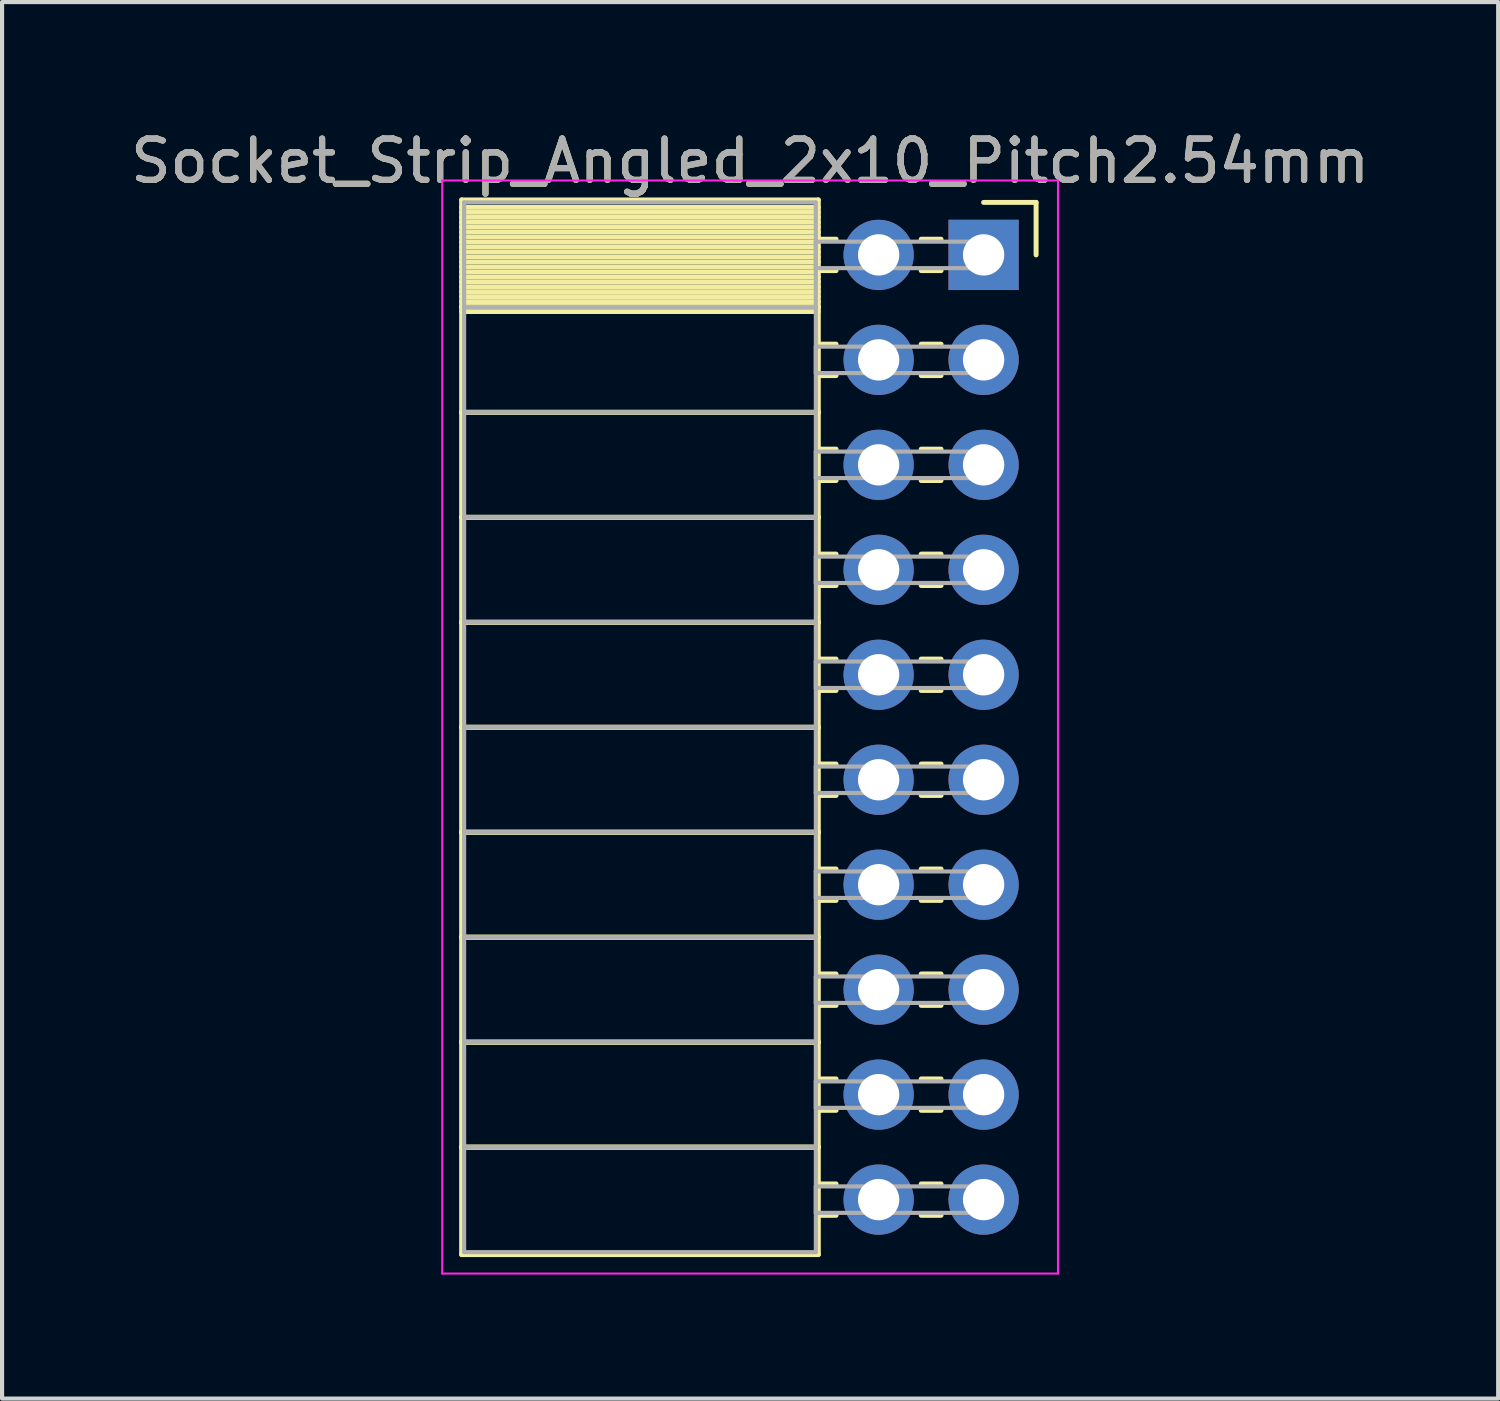
<source format=kicad_pcb>
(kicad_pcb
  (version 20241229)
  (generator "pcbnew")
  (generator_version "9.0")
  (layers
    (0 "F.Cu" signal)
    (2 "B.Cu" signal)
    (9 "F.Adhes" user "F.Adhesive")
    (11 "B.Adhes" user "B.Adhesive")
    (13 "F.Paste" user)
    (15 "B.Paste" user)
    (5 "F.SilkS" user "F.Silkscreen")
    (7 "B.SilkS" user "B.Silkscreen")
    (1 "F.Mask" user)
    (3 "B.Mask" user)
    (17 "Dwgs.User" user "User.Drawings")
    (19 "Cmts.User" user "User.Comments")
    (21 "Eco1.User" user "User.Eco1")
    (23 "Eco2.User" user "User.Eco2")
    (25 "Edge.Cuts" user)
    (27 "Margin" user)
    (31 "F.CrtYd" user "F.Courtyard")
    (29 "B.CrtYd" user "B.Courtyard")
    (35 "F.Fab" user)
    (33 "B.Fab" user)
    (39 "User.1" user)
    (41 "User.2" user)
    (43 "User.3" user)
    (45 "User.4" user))
  (footprint "Socket_Strip_Angled_2x10_Pitch2.54mm"
    (layer "F.Cu")
    (at 20.751 3.118)
    (property "Reference" "Socket_Strip_Angled_2x10_Pitch2.54mm" (at -5.65 -2.27 0) (layer "F.SilkS") (effects (font (size 1 1) (thickness 0.15))))
    (attr through_hole)
    (fp_line (start -12.63 -1.33) (end -4 -1.33) (stroke (width 0.12) (type solid)) (layer "F.SilkS"))
    (fp_line (start -12.63 1.27) (end -12.63 -1.33) (stroke (width 0.12) (type solid)) (layer "F.SilkS"))
    (fp_line (start -12.63 1.27) (end -4 1.27) (stroke (width 0.12) (type solid)) (layer "F.SilkS"))
    (fp_line (start -12.63 3.81) (end -12.63 1.27) (stroke (width 0.12) (type solid)) (layer "F.SilkS"))
    (fp_line (start -12.63 3.81) (end -4 3.81) (stroke (width 0.12) (type solid)) (layer "F.SilkS"))
    (fp_line (start -12.63 6.35) (end -12.63 3.81) (stroke (width 0.12) (type solid)) (layer "F.SilkS"))
    (fp_line (start -12.63 6.35) (end -4 6.35) (stroke (width 0.12) (type solid)) (layer "F.SilkS"))
    (fp_line (start -12.63 8.89) (end -12.63 6.35) (stroke (width 0.12) (type solid)) (layer "F.SilkS"))
    (fp_line (start -12.63 8.89) (end -4 8.89) (stroke (width 0.12) (type solid)) (layer "F.SilkS"))
    (fp_line (start -12.63 11.43) (end -12.63 8.89) (stroke (width 0.12) (type solid)) (layer "F.SilkS"))
    (fp_line (start -12.63 11.43) (end -4 11.43) (stroke (width 0.12) (type solid)) (layer "F.SilkS"))
    (fp_line (start -12.63 13.97) (end -12.63 11.43) (stroke (width 0.12) (type solid)) (layer "F.SilkS"))
    (fp_line (start -12.63 13.97) (end -4 13.97) (stroke (width 0.12) (type solid)) (layer "F.SilkS"))
    (fp_line (start -12.63 16.51) (end -12.63 13.97) (stroke (width 0.12) (type solid)) (layer "F.SilkS"))
    (fp_line (start -12.63 16.51) (end -4 16.51) (stroke (width 0.12) (type solid)) (layer "F.SilkS"))
    (fp_line (start -12.63 19.05) (end -12.63 16.51) (stroke (width 0.12) (type solid)) (layer "F.SilkS"))
    (fp_line (start -12.63 19.05) (end -4 19.05) (stroke (width 0.12) (type solid)) (layer "F.SilkS"))
    (fp_line (start -12.63 21.59) (end -12.63 19.05) (stroke (width 0.12) (type solid)) (layer "F.SilkS"))
    (fp_line (start -12.63 21.59) (end -4 21.59) (stroke (width 0.12) (type solid)) (layer "F.SilkS"))
    (fp_line (start -12.63 24.19) (end -12.63 21.59) (stroke (width 0.12) (type solid)) (layer "F.SilkS"))
    (fp_line (start -4 -1.33) (end -4 1.27) (stroke (width 0.12) (type solid)) (layer "F.SilkS"))
    (fp_line (start -4 -1.15) (end -12.63 -1.15) (stroke (width 0.12) (type solid)) (layer "F.SilkS"))
    (fp_line (start -4 -1.03) (end -12.63 -1.03) (stroke (width 0.12) (type solid)) (layer "F.SilkS"))
    (fp_line (start -4 -0.91) (end -12.63 -0.91) (stroke (width 0.12) (type solid)) (layer "F.SilkS"))
    (fp_line (start -4 -0.79) (end -12.63 -0.79) (stroke (width 0.12) (type solid)) (layer "F.SilkS"))
    (fp_line (start -4 -0.67) (end -12.63 -0.67) (stroke (width 0.12) (type solid)) (layer "F.SilkS"))
    (fp_line (start -4 -0.55) (end -12.63 -0.55) (stroke (width 0.12) (type solid)) (layer "F.SilkS"))
    (fp_line (start -4 -0.43) (end -12.63 -0.43) (stroke (width 0.12) (type solid)) (layer "F.SilkS"))
    (fp_line (start -4 -0.31) (end -12.63 -0.31) (stroke (width 0.12) (type solid)) (layer "F.SilkS"))
    (fp_line (start -4 -0.19) (end -12.63 -0.19) (stroke (width 0.12) (type solid)) (layer "F.SilkS"))
    (fp_line (start -4 -0.07) (end -12.63 -0.07) (stroke (width 0.12) (type solid)) (layer "F.SilkS"))
    (fp_line (start -4 0.05) (end -12.63 0.05) (stroke (width 0.12) (type solid)) (layer "F.SilkS"))
    (fp_line (start -4 0.17) (end -12.63 0.17) (stroke (width 0.12) (type solid)) (layer "F.SilkS"))
    (fp_line (start -4 0.29) (end -12.63 0.29) (stroke (width 0.12) (type solid)) (layer "F.SilkS"))
    (fp_line (start -4 0.41) (end -12.63 0.41) (stroke (width 0.12) (type solid)) (layer "F.SilkS"))
    (fp_line (start -4 0.53) (end -12.63 0.53) (stroke (width 0.12) (type solid)) (layer "F.SilkS"))
    (fp_line (start -4 0.65) (end -12.63 0.65) (stroke (width 0.12) (type solid)) (layer "F.SilkS"))
    (fp_line (start -4 0.77) (end -12.63 0.77) (stroke (width 0.12) (type solid)) (layer "F.SilkS"))
    (fp_line (start -4 0.89) (end -12.63 0.89) (stroke (width 0.12) (type solid)) (layer "F.SilkS"))
    (fp_line (start -4 1.01) (end -12.63 1.01) (stroke (width 0.12) (type solid)) (layer "F.SilkS"))
    (fp_line (start -4 1.13) (end -12.63 1.13) (stroke (width 0.12) (type solid)) (layer "F.SilkS"))
    (fp_line (start -4 1.25) (end -12.63 1.25) (stroke (width 0.12) (type solid)) (layer "F.SilkS"))
    (fp_line (start -4 1.27) (end -12.63 1.27) (stroke (width 0.12) (type solid)) (layer "F.SilkS"))
    (fp_line (start -4 1.27) (end -4 3.81) (stroke (width 0.12) (type solid)) (layer "F.SilkS"))
    (fp_line (start -4 1.37) (end -12.63 1.37) (stroke (width 0.12) (type solid)) (layer "F.SilkS"))
    (fp_line (start -4 3.81) (end -12.63 3.81) (stroke (width 0.12) (type solid)) (layer "F.SilkS"))
    (fp_line (start -4 3.81) (end -4 6.35) (stroke (width 0.12) (type solid)) (layer "F.SilkS"))
    (fp_line (start -4 6.35) (end -12.63 6.35) (stroke (width 0.12) (type solid)) (layer "F.SilkS"))
    (fp_line (start -4 6.35) (end -4 8.89) (stroke (width 0.12) (type solid)) (layer "F.SilkS"))
    (fp_line (start -4 8.89) (end -12.63 8.89) (stroke (width 0.12) (type solid)) (layer "F.SilkS"))
    (fp_line (start -4 8.89) (end -4 11.43) (stroke (width 0.12) (type solid)) (layer "F.SilkS"))
    (fp_line (start -4 11.43) (end -12.63 11.43) (stroke (width 0.12) (type solid)) (layer "F.SilkS"))
    (fp_line (start -4 11.43) (end -4 13.97) (stroke (width 0.12) (type solid)) (layer "F.SilkS"))
    (fp_line (start -4 13.97) (end -12.63 13.97) (stroke (width 0.12) (type solid)) (layer "F.SilkS"))
    (fp_line (start -4 13.97) (end -4 16.51) (stroke (width 0.12) (type solid)) (layer "F.SilkS"))
    (fp_line (start -4 16.51) (end -12.63 16.51) (stroke (width 0.12) (type solid)) (layer "F.SilkS"))
    (fp_line (start -4 16.51) (end -4 19.05) (stroke (width 0.12) (type solid)) (layer "F.SilkS"))
    (fp_line (start -4 19.05) (end -12.63 19.05) (stroke (width 0.12) (type solid)) (layer "F.SilkS"))
    (fp_line (start -4 19.05) (end -4 21.59) (stroke (width 0.12) (type solid)) (layer "F.SilkS"))
    (fp_line (start -4 21.59) (end -12.63 21.59) (stroke (width 0.12) (type solid)) (layer "F.SilkS"))
    (fp_line (start -4 21.59) (end -4 24.19) (stroke (width 0.12) (type solid)) (layer "F.SilkS"))
    (fp_line (start -4 24.19) (end -12.63 24.19) (stroke (width 0.12) (type solid)) (layer "F.SilkS"))
    (fp_line (start -3.57 -0.38) (end -4 -0.38) (stroke (width 0.12) (type solid)) (layer "F.SilkS"))
    (fp_line (start -3.57 0.38) (end -4 0.38) (stroke (width 0.12) (type solid)) (layer "F.SilkS"))
    (fp_line (start -3.57 2.16) (end -4 2.16) (stroke (width 0.12) (type solid)) (layer "F.SilkS"))
    (fp_line (start -3.57 2.92) (end -4 2.92) (stroke (width 0.12) (type solid)) (layer "F.SilkS"))
    (fp_line (start -3.57 4.7) (end -4 4.7) (stroke (width 0.12) (type solid)) (layer "F.SilkS"))
    (fp_line (start -3.57 5.46) (end -4 5.46) (stroke (width 0.12) (type solid)) (layer "F.SilkS"))
    (fp_line (start -3.57 7.24) (end -4 7.24) (stroke (width 0.12) (type solid)) (layer "F.SilkS"))
    (fp_line (start -3.57 8) (end -4 8) (stroke (width 0.12) (type solid)) (layer "F.SilkS"))
    (fp_line (start -3.57 9.78) (end -4 9.78) (stroke (width 0.12) (type solid)) (layer "F.SilkS"))
    (fp_line (start -3.57 10.54) (end -4 10.54) (stroke (width 0.12) (type solid)) (layer "F.SilkS"))
    (fp_line (start -3.57 12.32) (end -4 12.32) (stroke (width 0.12) (type solid)) (layer "F.SilkS"))
    (fp_line (start -3.57 13.08) (end -4 13.08) (stroke (width 0.12) (type solid)) (layer "F.SilkS"))
    (fp_line (start -3.57 14.86) (end -4 14.86) (stroke (width 0.12) (type solid)) (layer "F.SilkS"))
    (fp_line (start -3.57 15.62) (end -4 15.62) (stroke (width 0.12) (type solid)) (layer "F.SilkS"))
    (fp_line (start -3.57 17.4) (end -4 17.4) (stroke (width 0.12) (type solid)) (layer "F.SilkS"))
    (fp_line (start -3.57 18.16) (end -4 18.16) (stroke (width 0.12) (type solid)) (layer "F.SilkS"))
    (fp_line (start -3.57 19.94) (end -4 19.94) (stroke (width 0.12) (type solid)) (layer "F.SilkS"))
    (fp_line (start -3.57 20.7) (end -4 20.7) (stroke (width 0.12) (type solid)) (layer "F.SilkS"))
    (fp_line (start -3.57 22.48) (end -4 22.48) (stroke (width 0.12) (type solid)) (layer "F.SilkS"))
    (fp_line (start -3.57 23.24) (end -4 23.24) (stroke (width 0.12) (type solid)) (layer "F.SilkS"))
    (fp_line (start -1.03 -0.38) (end -1.51 -0.38) (stroke (width 0.12) (type solid)) (layer "F.SilkS"))
    (fp_line (start -1.03 0.38) (end -1.51 0.38) (stroke (width 0.12) (type solid)) (layer "F.SilkS"))
    (fp_line (start -1.03 2.16) (end -1.51 2.16) (stroke (width 0.12) (type solid)) (layer "F.SilkS"))
    (fp_line (start -1.03 2.92) (end -1.51 2.92) (stroke (width 0.12) (type solid)) (layer "F.SilkS"))
    (fp_line (start -1.03 4.7) (end -1.51 4.7) (stroke (width 0.12) (type solid)) (layer "F.SilkS"))
    (fp_line (start -1.03 5.46) (end -1.51 5.46) (stroke (width 0.12) (type solid)) (layer "F.SilkS"))
    (fp_line (start -1.03 7.24) (end -1.51 7.24) (stroke (width 0.12) (type solid)) (layer "F.SilkS"))
    (fp_line (start -1.03 8) (end -1.51 8) (stroke (width 0.12) (type solid)) (layer "F.SilkS"))
    (fp_line (start -1.03 9.78) (end -1.51 9.78) (stroke (width 0.12) (type solid)) (layer "F.SilkS"))
    (fp_line (start -1.03 10.54) (end -1.51 10.54) (stroke (width 0.12) (type solid)) (layer "F.SilkS"))
    (fp_line (start -1.03 12.32) (end -1.51 12.32) (stroke (width 0.12) (type solid)) (layer "F.SilkS"))
    (fp_line (start -1.03 13.08) (end -1.51 13.08) (stroke (width 0.12) (type solid)) (layer "F.SilkS"))
    (fp_line (start -1.03 14.86) (end -1.51 14.86) (stroke (width 0.12) (type solid)) (layer "F.SilkS"))
    (fp_line (start -1.03 15.62) (end -1.51 15.62) (stroke (width 0.12) (type solid)) (layer "F.SilkS"))
    (fp_line (start -1.03 17.4) (end -1.51 17.4) (stroke (width 0.12) (type solid)) (layer "F.SilkS"))
    (fp_line (start -1.03 18.16) (end -1.51 18.16) (stroke (width 0.12) (type solid)) (layer "F.SilkS"))
    (fp_line (start -1.03 19.94) (end -1.51 19.94) (stroke (width 0.12) (type solid)) (layer "F.SilkS"))
    (fp_line (start -1.03 20.7) (end -1.51 20.7) (stroke (width 0.12) (type solid)) (layer "F.SilkS"))
    (fp_line (start -1.03 22.48) (end -1.51 22.48) (stroke (width 0.12) (type solid)) (layer "F.SilkS"))
    (fp_line (start -1.03 23.24) (end -1.51 23.24) (stroke (width 0.12) (type solid)) (layer "F.SilkS"))
    (fp_line (start 0 -1.27) (end 1.27 -1.27) (stroke (width 0.12) (type solid)) (layer "F.SilkS"))
    (fp_line (start 1.27 -1.27) (end 1.27 0) (stroke (width 0.12) (type solid)) (layer "F.SilkS"))
    (fp_line (start -13.1 -1.8) (end 1.8 -1.8) (stroke (width 0.05) (type solid)) (layer "F.CrtYd"))
    (fp_line (start -13.1 24.65) (end -13.1 -1.8) (stroke (width 0.05) (type solid)) (layer "F.CrtYd"))
    (fp_line (start 1.8 -1.8) (end 1.8 24.65) (stroke (width 0.05) (type solid)) (layer "F.CrtYd"))
    (fp_line (start 1.8 24.65) (end -13.1 24.65) (stroke (width 0.05) (type solid)) (layer "F.CrtYd"))
    (fp_line (start -12.57 -1.27) (end -4.06 -1.27) (stroke (width 0.1) (type solid)) (layer "F.Fab"))
    (fp_line (start -12.57 1.27) (end -12.57 -1.27) (stroke (width 0.1) (type solid)) (layer "F.Fab"))
    (fp_line (start -12.57 1.27) (end -4.06 1.27) (stroke (width 0.1) (type solid)) (layer "F.Fab"))
    (fp_line (start -12.57 3.81) (end -12.57 1.27) (stroke (width 0.1) (type solid)) (layer "F.Fab"))
    (fp_line (start -12.57 3.81) (end -4.06 3.81) (stroke (width 0.1) (type solid)) (layer "F.Fab"))
    (fp_line (start -12.57 6.35) (end -12.57 3.81) (stroke (width 0.1) (type solid)) (layer "F.Fab"))
    (fp_line (start -12.57 6.35) (end -4.06 6.35) (stroke (width 0.1) (type solid)) (layer "F.Fab"))
    (fp_line (start -12.57 8.89) (end -12.57 6.35) (stroke (width 0.1) (type solid)) (layer "F.Fab"))
    (fp_line (start -12.57 8.89) (end -4.06 8.89) (stroke (width 0.1) (type solid)) (layer "F.Fab"))
    (fp_line (start -12.57 11.43) (end -12.57 8.89) (stroke (width 0.1) (type solid)) (layer "F.Fab"))
    (fp_line (start -12.57 11.43) (end -4.06 11.43) (stroke (width 0.1) (type solid)) (layer "F.Fab"))
    (fp_line (start -12.57 13.97) (end -12.57 11.43) (stroke (width 0.1) (type solid)) (layer "F.Fab"))
    (fp_line (start -12.57 13.97) (end -4.06 13.97) (stroke (width 0.1) (type solid)) (layer "F.Fab"))
    (fp_line (start -12.57 16.51) (end -12.57 13.97) (stroke (width 0.1) (type solid)) (layer "F.Fab"))
    (fp_line (start -12.57 16.51) (end -4.06 16.51) (stroke (width 0.1) (type solid)) (layer "F.Fab"))
    (fp_line (start -12.57 19.05) (end -12.57 16.51) (stroke (width 0.1) (type solid)) (layer "F.Fab"))
    (fp_line (start -12.57 19.05) (end -4.06 19.05) (stroke (width 0.1) (type solid)) (layer "F.Fab"))
    (fp_line (start -12.57 21.59) (end -12.57 19.05) (stroke (width 0.1) (type solid)) (layer "F.Fab"))
    (fp_line (start -12.57 21.59) (end -4.06 21.59) (stroke (width 0.1) (type solid)) (layer "F.Fab"))
    (fp_line (start -12.57 24.13) (end -12.57 21.59) (stroke (width 0.1) (type solid)) (layer "F.Fab"))
    (fp_line (start -4.06 -1.27) (end -4.06 1.27) (stroke (width 0.1) (type solid)) (layer "F.Fab"))
    (fp_line (start -4.06 -0.32) (end 0 -0.32) (stroke (width 0.1) (type solid)) (layer "F.Fab"))
    (fp_line (start -4.06 0.32) (end -4.06 -0.32) (stroke (width 0.1) (type solid)) (layer "F.Fab"))
    (fp_line (start -4.06 1.27) (end -12.57 1.27) (stroke (width 0.1) (type solid)) (layer "F.Fab"))
    (fp_line (start -4.06 1.27) (end -4.06 3.81) (stroke (width 0.1) (type solid)) (layer "F.Fab"))
    (fp_line (start -4.06 2.22) (end 0 2.22) (stroke (width 0.1) (type solid)) (layer "F.Fab"))
    (fp_line (start -4.06 2.86) (end -4.06 2.22) (stroke (width 0.1) (type solid)) (layer "F.Fab"))
    (fp_line (start -4.06 3.81) (end -12.57 3.81) (stroke (width 0.1) (type solid)) (layer "F.Fab"))
    (fp_line (start -4.06 3.81) (end -4.06 6.35) (stroke (width 0.1) (type solid)) (layer "F.Fab"))
    (fp_line (start -4.06 4.76) (end 0 4.76) (stroke (width 0.1) (type solid)) (layer "F.Fab"))
    (fp_line (start -4.06 5.4) (end -4.06 4.76) (stroke (width 0.1) (type solid)) (layer "F.Fab"))
    (fp_line (start -4.06 6.35) (end -12.57 6.35) (stroke (width 0.1) (type solid)) (layer "F.Fab"))
    (fp_line (start -4.06 6.35) (end -4.06 8.89) (stroke (width 0.1) (type solid)) (layer "F.Fab"))
    (fp_line (start -4.06 7.3) (end 0 7.3) (stroke (width 0.1) (type solid)) (layer "F.Fab"))
    (fp_line (start -4.06 7.94) (end -4.06 7.3) (stroke (width 0.1) (type solid)) (layer "F.Fab"))
    (fp_line (start -4.06 8.89) (end -12.57 8.89) (stroke (width 0.1) (type solid)) (layer "F.Fab"))
    (fp_line (start -4.06 8.89) (end -4.06 11.43) (stroke (width 0.1) (type solid)) (layer "F.Fab"))
    (fp_line (start -4.06 9.84) (end 0 9.84) (stroke (width 0.1) (type solid)) (layer "F.Fab"))
    (fp_line (start -4.06 10.48) (end -4.06 9.84) (stroke (width 0.1) (type solid)) (layer "F.Fab"))
    (fp_line (start -4.06 11.43) (end -12.57 11.43) (stroke (width 0.1) (type solid)) (layer "F.Fab"))
    (fp_line (start -4.06 11.43) (end -4.06 13.97) (stroke (width 0.1) (type solid)) (layer "F.Fab"))
    (fp_line (start -4.06 12.38) (end 0 12.38) (stroke (width 0.1) (type solid)) (layer "F.Fab"))
    (fp_line (start -4.06 13.02) (end -4.06 12.38) (stroke (width 0.1) (type solid)) (layer "F.Fab"))
    (fp_line (start -4.06 13.97) (end -12.57 13.97) (stroke (width 0.1) (type solid)) (layer "F.Fab"))
    (fp_line (start -4.06 13.97) (end -4.06 16.51) (stroke (width 0.1) (type solid)) (layer "F.Fab"))
    (fp_line (start -4.06 14.92) (end 0 14.92) (stroke (width 0.1) (type solid)) (layer "F.Fab"))
    (fp_line (start -4.06 15.56) (end -4.06 14.92) (stroke (width 0.1) (type solid)) (layer "F.Fab"))
    (fp_line (start -4.06 16.51) (end -12.57 16.51) (stroke (width 0.1) (type solid)) (layer "F.Fab"))
    (fp_line (start -4.06 16.51) (end -4.06 19.05) (stroke (width 0.1) (type solid)) (layer "F.Fab"))
    (fp_line (start -4.06 17.46) (end 0 17.46) (stroke (width 0.1) (type solid)) (layer "F.Fab"))
    (fp_line (start -4.06 18.1) (end -4.06 17.46) (stroke (width 0.1) (type solid)) (layer "F.Fab"))
    (fp_line (start -4.06 19.05) (end -12.57 19.05) (stroke (width 0.1) (type solid)) (layer "F.Fab"))
    (fp_line (start -4.06 19.05) (end -4.06 21.59) (stroke (width 0.1) (type solid)) (layer "F.Fab"))
    (fp_line (start -4.06 20) (end 0 20) (stroke (width 0.1) (type solid)) (layer "F.Fab"))
    (fp_line (start -4.06 20.64) (end -4.06 20) (stroke (width 0.1) (type solid)) (layer "F.Fab"))
    (fp_line (start -4.06 21.59) (end -12.57 21.59) (stroke (width 0.1) (type solid)) (layer "F.Fab"))
    (fp_line (start -4.06 21.59) (end -4.06 24.13) (stroke (width 0.1) (type solid)) (layer "F.Fab"))
    (fp_line (start -4.06 22.54) (end 0 22.54) (stroke (width 0.1) (type solid)) (layer "F.Fab"))
    (fp_line (start -4.06 23.18) (end -4.06 22.54) (stroke (width 0.1) (type solid)) (layer "F.Fab"))
    (fp_line (start -4.06 24.13) (end -12.57 24.13) (stroke (width 0.1) (type solid)) (layer "F.Fab"))
    (fp_line (start 0 -0.32) (end 0 0.32) (stroke (width 0.1) (type solid)) (layer "F.Fab"))
    (fp_line (start 0 0.32) (end -4.06 0.32) (stroke (width 0.1) (type solid)) (layer "F.Fab"))
    (fp_line (start 0 2.22) (end 0 2.86) (stroke (width 0.1) (type solid)) (layer "F.Fab"))
    (fp_line (start 0 2.86) (end -4.06 2.86) (stroke (width 0.1) (type solid)) (layer "F.Fab"))
    (fp_line (start 0 4.76) (end 0 5.4) (stroke (width 0.1) (type solid)) (layer "F.Fab"))
    (fp_line (start 0 5.4) (end -4.06 5.4) (stroke (width 0.1) (type solid)) (layer "F.Fab"))
    (fp_line (start 0 7.3) (end 0 7.94) (stroke (width 0.1) (type solid)) (layer "F.Fab"))
    (fp_line (start 0 7.94) (end -4.06 7.94) (stroke (width 0.1) (type solid)) (layer "F.Fab"))
    (fp_line (start 0 9.84) (end 0 10.48) (stroke (width 0.1) (type solid)) (layer "F.Fab"))
    (fp_line (start 0 10.48) (end -4.06 10.48) (stroke (width 0.1) (type solid)) (layer "F.Fab"))
    (fp_line (start 0 12.38) (end 0 13.02) (stroke (width 0.1) (type solid)) (layer "F.Fab"))
    (fp_line (start 0 13.02) (end -4.06 13.02) (stroke (width 0.1) (type solid)) (layer "F.Fab"))
    (fp_line (start 0 14.92) (end 0 15.56) (stroke (width 0.1) (type solid)) (layer "F.Fab"))
    (fp_line (start 0 15.56) (end -4.06 15.56) (stroke (width 0.1) (type solid)) (layer "F.Fab"))
    (fp_line (start 0 17.46) (end 0 18.1) (stroke (width 0.1) (type solid)) (layer "F.Fab"))
    (fp_line (start 0 18.1) (end -4.06 18.1) (stroke (width 0.1) (type solid)) (layer "F.Fab"))
    (fp_line (start 0 20) (end 0 20.64) (stroke (width 0.1) (type solid)) (layer "F.Fab"))
    (fp_line (start 0 20.64) (end -4.06 20.64) (stroke (width 0.1) (type solid)) (layer "F.Fab"))
    (fp_line (start 0 22.54) (end 0 23.18) (stroke (width 0.1) (type solid)) (layer "F.Fab"))
    (fp_line (start 0 23.18) (end -4.06 23.18) (stroke (width 0.1) (type solid)) (layer "F.Fab"))
    (fp_text user "${REFERENCE}" (at -5.65 -2.27 0) (layer "F.Fab") (effects (font (size 1 1) (thickness 0.15))))
    (pad "1" thru_hole rect (at 0 0) (size 1.7 1.7) (drill 1) (layers "*.Cu" "*.Mask"))
    (pad "2" thru_hole oval (at -2.54 0) (size 1.7 1.7) (drill 1) (layers "*.Cu" "*.Mask"))
    (pad "3" thru_hole oval (at 0 2.54) (size 1.7 1.7) (drill 1) (layers "*.Cu" "*.Mask"))
    (pad "4" thru_hole oval (at -2.54 2.54) (size 1.7 1.7) (drill 1) (layers "*.Cu" "*.Mask"))
    (pad "5" thru_hole oval (at 0 5.08) (size 1.7 1.7) (drill 1) (layers "*.Cu" "*.Mask"))
    (pad "6" thru_hole oval (at -2.54 5.08) (size 1.7 1.7) (drill 1) (layers "*.Cu" "*.Mask"))
    (pad "7" thru_hole oval (at 0 7.62) (size 1.7 1.7) (drill 1) (layers "*.Cu" "*.Mask"))
    (pad "8" thru_hole oval (at -2.54 7.62) (size 1.7 1.7) (drill 1) (layers "*.Cu" "*.Mask"))
    (pad "9" thru_hole oval (at 0 10.16) (size 1.7 1.7) (drill 1) (layers "*.Cu" "*.Mask"))
    (pad "10" thru_hole oval (at -2.54 10.16) (size 1.7 1.7) (drill 1) (layers "*.Cu" "*.Mask"))
    (pad "11" thru_hole oval (at 0 12.7) (size 1.7 1.7) (drill 1) (layers "*.Cu" "*.Mask"))
    (pad "12" thru_hole oval (at -2.54 12.7) (size 1.7 1.7) (drill 1) (layers "*.Cu" "*.Mask"))
    (pad "13" thru_hole oval (at 0 15.24) (size 1.7 1.7) (drill 1) (layers "*.Cu" "*.Mask"))
    (pad "14" thru_hole oval (at -2.54 15.24) (size 1.7 1.7) (drill 1) (layers "*.Cu" "*.Mask"))
    (pad "15" thru_hole oval (at 0 17.78) (size 1.7 1.7) (drill 1) (layers "*.Cu" "*.Mask"))
    (pad "16" thru_hole oval (at -2.54 17.78) (size 1.7 1.7) (drill 1) (layers "*.Cu" "*.Mask"))
    (pad "17" thru_hole oval (at 0 20.32) (size 1.7 1.7) (drill 1) (layers "*.Cu" "*.Mask"))
    (pad "18" thru_hole oval (at -2.54 20.32) (size 1.7 1.7) (drill 1) (layers "*.Cu" "*.Mask"))
    (pad "19" thru_hole oval (at 0 22.86) (size 1.7 1.7) (drill 1) (layers "*.Cu" "*.Mask"))
    (pad "20" thru_hole oval (at -2.54 22.86) (size 1.7 1.7) (drill 1) (layers "*.Cu" "*.Mask")))
  (gr_rect
    (start -3 -3)
    (end 33.202 30.793)
    (stroke (width 0.1) (type default))
    (fill no)
    (layer "Edge.Cuts")))
</source>
